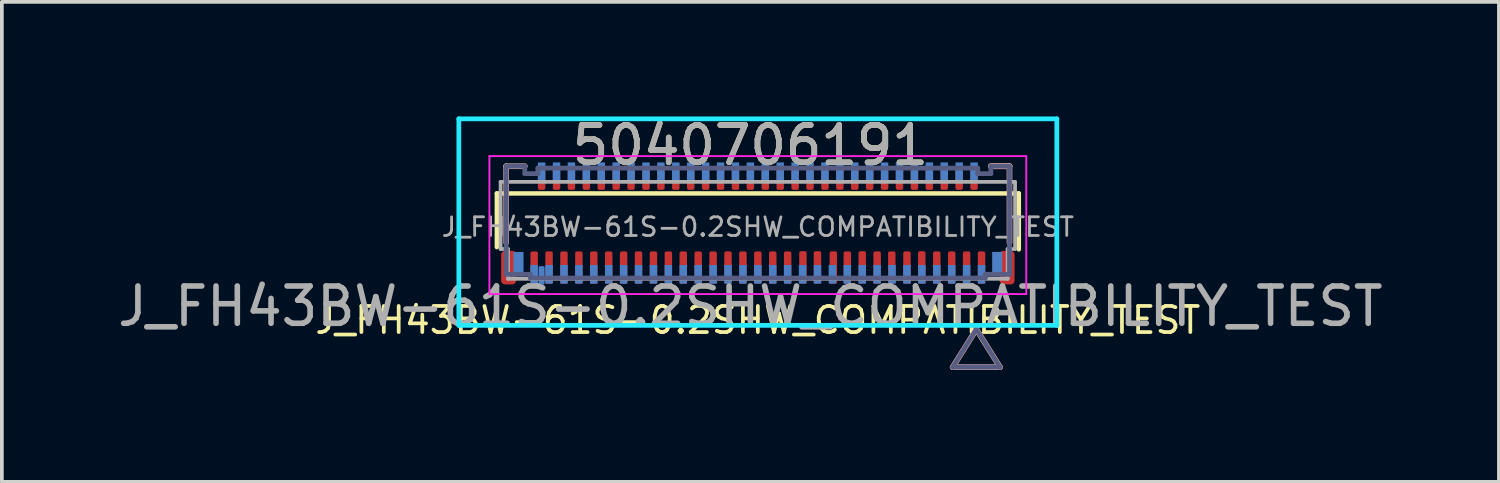
<source format=kicad_pcb>
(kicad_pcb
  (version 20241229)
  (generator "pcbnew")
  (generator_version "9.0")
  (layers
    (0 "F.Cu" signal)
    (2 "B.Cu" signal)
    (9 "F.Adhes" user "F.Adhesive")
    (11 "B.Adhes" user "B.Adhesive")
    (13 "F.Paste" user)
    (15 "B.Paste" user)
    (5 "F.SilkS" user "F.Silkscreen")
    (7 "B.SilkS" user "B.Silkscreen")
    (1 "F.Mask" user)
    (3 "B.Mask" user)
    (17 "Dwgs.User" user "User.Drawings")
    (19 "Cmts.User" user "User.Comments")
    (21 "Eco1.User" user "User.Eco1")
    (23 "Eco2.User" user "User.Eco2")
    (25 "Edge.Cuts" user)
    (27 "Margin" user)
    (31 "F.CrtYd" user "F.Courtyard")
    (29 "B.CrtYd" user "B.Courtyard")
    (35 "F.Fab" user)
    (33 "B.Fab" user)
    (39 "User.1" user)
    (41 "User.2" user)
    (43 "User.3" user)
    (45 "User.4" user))
  (footprint "J_FH43BW-61S-0.2SHW_COMPATIBILITY_TEST"
    (layer "F.Cu")
    (at 17.277 3.038)
    (property "Reference" "J_FH43BW-61S-0.2SHW_COMPATIBILITY_TEST" (at 0 2.5 0) (layer "F.SilkS") (effects (font (size 0.7 0.7) (thickness 0.1))))
    (attr smd)
    (fp_line (start -7 -0.9) (end -7 0.54) (stroke (width 0.12) (type solid)) (layer "F.SilkS"))
    (fp_line (start -7 -0.9) (end 7 -0.9) (stroke (width 0.12) (type solid)) (layer "F.SilkS"))
    (fp_line (start 7 0.6) (end 7 -0.9) (stroke (width 0.12) (type solid)) (layer "F.SilkS"))
    (fp_line (start -6.75 -1.63) (end -6.75 0.416) (stroke (width 0.152) (type solid)) (layer "B.SilkS"))
    (fp_line (start -6.25 -1.63) (end -6.75 -1.63) (stroke (width 0.152) (type solid)) (layer "B.SilkS"))
    (fp_line (start 5.226 3.76) (end 5.861 2.744) (stroke (width 0.152) (type solid)) (layer "B.SilkS"))
    (fp_line (start 5.226 3.76) (end 6.496 3.76) (stroke (width 0.152) (type solid)) (layer "B.SilkS"))
    (fp_line (start 6.496 3.76) (end 5.861 2.744) (stroke (width 0.152) (type solid)) (layer "B.SilkS"))
    (fp_line (start 6.75 -1.63) (end 6.25 -1.63) (stroke (width 0.152) (type solid)) (layer "B.SilkS"))
    (fp_line (start 6.75 -1.63) (end 6.25 -1.63) (stroke (width 0.152) (type solid)) (layer "B.SilkS"))
    (fp_line (start 6.75 0.416) (end 6.75 -1.63) (stroke (width 0.152) (type solid)) (layer "B.SilkS"))
    (fp_line (start -8.02 -2.9) (end 8.02 -2.9) (stroke (width 0.127) (type solid)) (layer "B.CrtYd"))
    (fp_line (start -8.02 2.64) (end -8.02 -2.9) (stroke (width 0.127) (type solid)) (layer "B.CrtYd"))
    (fp_line (start 8.02 -2.9) (end 8.02 2.64) (stroke (width 0.127) (type solid)) (layer "B.CrtYd"))
    (fp_line (start 8.02 2.64) (end -8.02 2.64) (stroke (width 0.127) (type solid)) (layer "B.CrtYd"))
    (fp_line (start -7.2 -1.9) (end 7.2 -1.9) (stroke (width 0.05) (type solid)) (layer "F.CrtYd"))
    (fp_line (start -7.2 1.8) (end -7.2 -1.9) (stroke (width 0.05) (type solid)) (layer "F.CrtYd"))
    (fp_line (start 7.2 1.8) (end -7.2 1.8) (stroke (width 0.05) (type solid)) (layer "F.CrtYd"))
    (fp_line (start 7.2 1.8) (end 7.2 -1.9) (stroke (width 0.05) (type solid)) (layer "F.CrtYd"))
    (fp_line (start -6.75 -1.63) (end -6.75 1.27) (stroke (width 0.127) (type solid)) (layer "B.Fab"))
    (fp_line (start -6.75 1.27) (end -6.1 1.27) (stroke (width 0.127) (type solid)) (layer "B.Fab"))
    (fp_line (start -6.25 -1.63) (end -6.75 -1.63) (stroke (width 0.127) (type solid)) (layer "B.Fab"))
    (fp_line (start -6.25 -1.43) (end -6.25 -1.63) (stroke (width 0.127) (type solid)) (layer "B.Fab"))
    (fp_line (start -6.1 1.27) (end -6.1 1.37) (stroke (width 0.127) (type solid)) (layer "B.Fab"))
    (fp_line (start -6.1 1.37) (end 6.1 1.37) (stroke (width 0.127) (type solid)) (layer "B.Fab"))
    (fp_line (start -5.9 -1.58) (end -5.9 -1.43) (stroke (width 0.127) (type solid)) (layer "B.Fab"))
    (fp_line (start -5.9 -1.43) (end -6.25 -1.43) (stroke (width 0.127) (type solid)) (layer "B.Fab"))
    (fp_line (start 5.226 3.76) (end 5.861 2.744) (stroke (width 0.127) (type solid)) (layer "B.Fab"))
    (fp_line (start 5.226 3.76) (end 6.496 3.76) (stroke (width 0.127) (type solid)) (layer "B.Fab"))
    (fp_line (start 5.9 -1.58) (end -5.9 -1.58) (stroke (width 0.127) (type solid)) (layer "B.Fab"))
    (fp_line (start 5.9 -1.43) (end 5.9 -1.58) (stroke (width 0.127) (type solid)) (layer "B.Fab"))
    (fp_line (start 6.1 1.27) (end 6.75 1.27) (stroke (width 0.127) (type solid)) (layer "B.Fab"))
    (fp_line (start 6.1 1.37) (end 6.1 1.27) (stroke (width 0.127) (type solid)) (layer "B.Fab"))
    (fp_line (start 6.25 -1.63) (end 6.25 -1.43) (stroke (width 0.127) (type solid)) (layer "B.Fab"))
    (fp_line (start 6.25 -1.43) (end 5.9 -1.43) (stroke (width 0.127) (type solid)) (layer "B.Fab"))
    (fp_line (start 6.496 3.76) (end 5.861 2.744) (stroke (width 0.127) (type solid)) (layer "B.Fab"))
    (fp_line (start 6.75 -1.63) (end 6.25 -1.63) (stroke (width 0.127) (type solid)) (layer "B.Fab"))
    (fp_line (start 6.75 1.27) (end 6.75 -1.63) (stroke (width 0.127) (type solid)) (layer "B.Fab"))
    (fp_line (start -6.9 -1.21) (end -6.9 0.59) (stroke (width 0.1) (type solid)) (layer "F.Fab"))
    (fp_line (start -6.9 -1.21) (end 6.9 -1.21) (stroke (width 0.1) (type solid)) (layer "F.Fab"))
    (fp_line (start -6.9 0.59) (end -6.7 0.59) (stroke (width 0.1) (type solid)) (layer "F.Fab"))
    (fp_line (start -6.7 1.39) (end -6.7 0.59) (stroke (width 0.1) (type solid)) (layer "F.Fab"))
    (fp_line (start -6.7 1.39) (end 6.7 1.39) (stroke (width 0.1) (type solid)) (layer "F.Fab"))
    (fp_line (start 6.7 0.59) (end 6.9 0.59) (stroke (width 0.1) (type solid)) (layer "F.Fab"))
    (fp_line (start 6.7 1.39) (end 6.7 0.59) (stroke (width 0.1) (type solid)) (layer "F.Fab"))
    (fp_line (start 6.9 0.59) (end 6.9 -1.21) (stroke (width 0.1) (type solid)) (layer "F.Fab"))
    (fp_text user "5040706191" (at -0.2 -2.19 0) (unlocked yes) (layer "F.SilkS") (effects (font (size 1 1) (thickness 0.15))))
    (fp_text user "${REFERENCE}" (at 0 0 0) (layer "F.Fab") (effects (font (size 0.5 0.5) (thickness 0.075))))
    (fp_text user "5040706191" (at -0.2 -2.19 0) (unlocked yes) (layer "F.Fab") (effects (font (size 1 1) (thickness 0.15))))
    (fp_text user "${REFERENCE}" (at -0.2 2.128 0) (unlocked yes) (layer "F.Fab") (effects (font (size 1 1) (thickness 0.15))))
    (pad "1" smd roundrect (at -6 1.09) (size 0.2 0.87) (layers "F.Cu" "F.Mask" "F.Paste") (roundrect_rratio 0.25))
    (pad "1" smd roundrect (at -5.8 -1.45) (size 0.16 0.5) (layers "B.Cu" "B.Mask" "B.Paste") (roundrect_rratio 0.25))
    (pad "1" smd roundrect (at -5.8 1.3) (size 0.16 0.5) (layers "B.Cu" "B.Mask" "B.Paste") (roundrect_rratio 0.25))
    (pad "1" smd rect (at 6 1.27) (size 0.2 0.5) (layers "B.Cu" "B.Mask" "B.Paste"))
    (pad "2" smd roundrect (at -5.8 -1.32) (size 0.2 0.65) (layers "F.Cu" "F.Mask" "F.Paste") (roundrect_rratio 0.25))
    (pad "2" smd rect (at 5.8 -1.48) (size 0.2 0.5) (layers "B.Cu" "B.Mask" "B.Paste"))
    (pad "3" smd roundrect (at -5.6 1.09) (size 0.2 0.87) (layers "F.Cu" "F.Mask" "F.Paste") (roundrect_rratio 0.25))
    (pad "3" smd rect (at 5.6 1.27) (size 0.2 0.5) (layers "B.Cu" "B.Mask" "B.Paste"))
    (pad "4" smd roundrect (at -5.4 -1.32) (size 0.2 0.65) (layers "F.Cu" "F.Mask" "F.Paste") (roundrect_rratio 0.25))
    (pad "4" smd rect (at 5.4 -1.48) (size 0.2 0.5) (layers "B.Cu" "B.Mask" "B.Paste"))
    (pad "5" smd roundrect (at -5.2 1.09) (size 0.2 0.87) (layers "F.Cu" "F.Mask" "F.Paste") (roundrect_rratio 0.25))
    (pad "5" smd rect (at 5.2 1.27) (size 0.2 0.5) (layers "B.Cu" "B.Mask" "B.Paste"))
    (pad "6" smd roundrect (at -5 -1.32) (size 0.2 0.65) (layers "F.Cu" "F.Mask" "F.Paste") (roundrect_rratio 0.25))
    (pad "6" smd rect (at 5 -1.48) (size 0.2 0.5) (layers "B.Cu" "B.Mask" "B.Paste"))
    (pad "7" smd roundrect (at -4.8 1.09) (size 0.2 0.87) (layers "F.Cu" "F.Mask" "F.Paste") (roundrect_rratio 0.25))
    (pad "7" smd rect (at 4.8 1.27) (size 0.2 0.5) (layers "B.Cu" "B.Mask" "B.Paste"))
    (pad "8" smd roundrect (at -4.6 -1.32) (size 0.2 0.65) (layers "F.Cu" "F.Mask" "F.Paste") (roundrect_rratio 0.25))
    (pad "8" smd rect (at 4.6 -1.48) (size 0.2 0.5) (layers "B.Cu" "B.Mask" "B.Paste"))
    (pad "9" smd roundrect (at -4.4 1.09) (size 0.2 0.87) (layers "F.Cu" "F.Mask" "F.Paste") (roundrect_rratio 0.25))
    (pad "9" smd rect (at 4.4 1.27) (size 0.2 0.5) (layers "B.Cu" "B.Mask" "B.Paste"))
    (pad "10" smd roundrect (at -4.2 -1.32) (size 0.2 0.65) (layers "F.Cu" "F.Mask" "F.Paste") (roundrect_rratio 0.25))
    (pad "10" smd rect (at 4.2 -1.48) (size 0.2 0.5) (layers "B.Cu" "B.Mask" "B.Paste"))
    (pad "11" smd roundrect (at -4 1.09) (size 0.2 0.87) (layers "F.Cu" "F.Mask" "F.Paste") (roundrect_rratio 0.25))
    (pad "11" smd rect (at 4 1.27) (size 0.2 0.5) (layers "B.Cu" "B.Mask" "B.Paste"))
    (pad "12" smd roundrect (at -3.8 -1.32) (size 0.2 0.65) (layers "F.Cu" "F.Mask" "F.Paste") (roundrect_rratio 0.25))
    (pad "12" smd rect (at 3.8 -1.48) (size 0.2 0.5) (layers "B.Cu" "B.Mask" "B.Paste"))
    (pad "13" smd roundrect (at -3.6 1.09) (size 0.2 0.87) (layers "F.Cu" "F.Mask" "F.Paste") (roundrect_rratio 0.25))
    (pad "13" smd rect (at 3.6 1.27) (size 0.2 0.5) (layers "B.Cu" "B.Mask" "B.Paste"))
    (pad "14" smd roundrect (at -3.4 -1.32) (size 0.2 0.65) (layers "F.Cu" "F.Mask" "F.Paste") (roundrect_rratio 0.25))
    (pad "14" smd rect (at 3.4 -1.48) (size 0.2 0.5) (layers "B.Cu" "B.Mask" "B.Paste"))
    (pad "15" smd roundrect (at -3.2 1.09) (size 0.2 0.87) (layers "F.Cu" "F.Mask" "F.Paste") (roundrect_rratio 0.25))
    (pad "15" smd rect (at 3.2 1.27) (size 0.2 0.5) (layers "B.Cu" "B.Mask" "B.Paste"))
    (pad "16" smd roundrect (at -3 -1.32) (size 0.2 0.65) (layers "F.Cu" "F.Mask" "F.Paste") (roundrect_rratio 0.25))
    (pad "16" smd rect (at 3 -1.48) (size 0.2 0.5) (layers "B.Cu" "B.Mask" "B.Paste"))
    (pad "17" smd roundrect (at -2.8 1.09) (size 0.2 0.87) (layers "F.Cu" "F.Mask" "F.Paste") (roundrect_rratio 0.25))
    (pad "17" smd rect (at 2.8 1.27) (size 0.2 0.5) (layers "B.Cu" "B.Mask" "B.Paste"))
    (pad "18" smd roundrect (at -2.6 -1.32) (size 0.2 0.65) (layers "F.Cu" "F.Mask" "F.Paste") (roundrect_rratio 0.25))
    (pad "18" smd rect (at 2.6 -1.48) (size 0.2 0.5) (layers "B.Cu" "B.Mask" "B.Paste"))
    (pad "19" smd roundrect (at -2.4 1.09) (size 0.2 0.87) (layers "F.Cu" "F.Mask" "F.Paste") (roundrect_rratio 0.25))
    (pad "19" smd rect (at 2.4 1.27) (size 0.2 0.5) (layers "B.Cu" "B.Mask" "B.Paste"))
    (pad "20" smd roundrect (at -2.2 -1.32) (size 0.2 0.65) (layers "F.Cu" "F.Mask" "F.Paste") (roundrect_rratio 0.25))
    (pad "20" smd rect (at 2.2 -1.48) (size 0.2 0.5) (layers "B.Cu" "B.Mask" "B.Paste"))
    (pad "21" smd roundrect (at -2 1.09) (size 0.2 0.87) (layers "F.Cu" "F.Mask" "F.Paste") (roundrect_rratio 0.25))
    (pad "21" smd rect (at 2 1.27) (size 0.2 0.5) (layers "B.Cu" "B.Mask" "B.Paste"))
    (pad "22" smd roundrect (at -1.8 -1.32) (size 0.2 0.65) (layers "F.Cu" "F.Mask" "F.Paste") (roundrect_rratio 0.25))
    (pad "22" smd rect (at 1.8 -1.48) (size 0.2 0.5) (layers "B.Cu" "B.Mask" "B.Paste"))
    (pad "23" smd roundrect (at -1.6 1.09) (size 0.2 0.87) (layers "F.Cu" "F.Mask" "F.Paste") (roundrect_rratio 0.25))
    (pad "23" smd rect (at 1.6 1.27) (size 0.2 0.5) (layers "B.Cu" "B.Mask" "B.Paste"))
    (pad "24" smd roundrect (at -1.4 -1.32) (size 0.2 0.65) (layers "F.Cu" "F.Mask" "F.Paste") (roundrect_rratio 0.25))
    (pad "24" smd rect (at 1.4 -1.48) (size 0.2 0.5) (layers "B.Cu" "B.Mask" "B.Paste"))
    (pad "25" smd roundrect (at -1.2 1.09) (size 0.2 0.87) (layers "F.Cu" "F.Mask" "F.Paste") (roundrect_rratio 0.25))
    (pad "25" smd rect (at 1.2 1.27) (size 0.2 0.5) (layers "B.Cu" "B.Mask" "B.Paste"))
    (pad "26" smd roundrect (at -1 -1.32) (size 0.2 0.65) (layers "F.Cu" "F.Mask" "F.Paste") (roundrect_rratio 0.25))
    (pad "26" smd rect (at 1 -1.48) (size 0.2 0.5) (layers "B.Cu" "B.Mask" "B.Paste"))
    (pad "27" smd roundrect (at -0.8 1.09) (size 0.2 0.87) (layers "F.Cu" "F.Mask" "F.Paste") (roundrect_rratio 0.25))
    (pad "27" smd rect (at 0.8 1.27) (size 0.2 0.5) (layers "B.Cu" "B.Mask" "B.Paste"))
    (pad "28" smd roundrect (at -0.6 -1.32) (size 0.2 0.65) (layers "F.Cu" "F.Mask" "F.Paste") (roundrect_rratio 0.25))
    (pad "28" smd rect (at 0.6 -1.48) (size 0.2 0.5) (layers "B.Cu" "B.Mask" "B.Paste"))
    (pad "29" smd roundrect (at -0.4 1.09) (size 0.2 0.87) (layers "F.Cu" "F.Mask" "F.Paste") (roundrect_rratio 0.25))
    (pad "29" smd rect (at 0.4 1.27) (size 0.2 0.5) (layers "B.Cu" "B.Mask" "B.Paste"))
    (pad "30" smd roundrect (at -0.2 -1.32) (size 0.2 0.65) (layers "F.Cu" "F.Mask" "F.Paste") (roundrect_rratio 0.25))
    (pad "30" smd rect (at 0.2 -1.48) (size 0.2 0.5) (layers "B.Cu" "B.Mask" "B.Paste"))
    (pad "31" smd rect (at -0.000002 1.27) (size 0.2 0.5) (layers "B.Cu" "B.Mask" "B.Paste"))
    (pad "31" smd roundrect (at 0 1.09) (size 0.2 0.87) (layers "F.Cu" "F.Mask" "F.Paste") (roundrect_rratio 0.25))
    (pad "32" smd rect (at -0.2 -1.48) (size 0.2 0.5) (layers "B.Cu" "B.Mask" "B.Paste"))
    (pad "32" smd roundrect (at 0.2 -1.32) (size 0.2 0.65) (layers "F.Cu" "F.Mask" "F.Paste") (roundrect_rratio 0.25))
    (pad "33" smd rect (at -0.4 1.27) (size 0.2 0.5) (layers "B.Cu" "B.Mask" "B.Paste"))
    (pad "33" smd roundrect (at 0.4 1.09) (size 0.2 0.87) (layers "F.Cu" "F.Mask" "F.Paste") (roundrect_rratio 0.25))
    (pad "34" smd rect (at -0.6 -1.48) (size 0.2 0.5) (layers "B.Cu" "B.Mask" "B.Paste"))
    (pad "34" smd roundrect (at 0.6 -1.32) (size 0.2 0.65) (layers "F.Cu" "F.Mask" "F.Paste") (roundrect_rratio 0.25))
    (pad "35" smd rect (at -0.8 1.27) (size 0.2 0.5) (layers "B.Cu" "B.Mask" "B.Paste"))
    (pad "35" smd roundrect (at 0.8 1.09) (size 0.2 0.87) (layers "F.Cu" "F.Mask" "F.Paste") (roundrect_rratio 0.25))
    (pad "36" smd rect (at -1 -1.48) (size 0.2 0.5) (layers "B.Cu" "B.Mask" "B.Paste"))
    (pad "36" smd roundrect (at 1 -1.32) (size 0.2 0.65) (layers "F.Cu" "F.Mask" "F.Paste") (roundrect_rratio 0.25))
    (pad "37" smd rect (at -1.2 1.27) (size 0.2 0.5) (layers "B.Cu" "B.Mask" "B.Paste"))
    (pad "37" smd roundrect (at 1.21 1.084) (size 0.2 0.87) (layers "F.Cu" "F.Mask" "F.Paste") (roundrect_rratio 0.25))
    (pad "38" smd rect (at -1.4 -1.48) (size 0.2 0.5) (layers "B.Cu" "B.Mask" "B.Paste"))
    (pad "38" smd roundrect (at 1.4 -1.32) (size 0.2 0.65) (layers "F.Cu" "F.Mask" "F.Paste") (roundrect_rratio 0.25))
    (pad "39" smd rect (at -1.6 1.27) (size 0.2 0.5) (layers "B.Cu" "B.Mask" "B.Paste"))
    (pad "39" smd roundrect (at 1.599 1.084) (size 0.2 0.87) (layers "F.Cu" "F.Mask" "F.Paste") (roundrect_rratio 0.25))
    (pad "40" smd rect (at -1.8 -1.48) (size 0.2 0.5) (layers "B.Cu" "B.Mask" "B.Paste"))
    (pad "40" smd roundrect (at 1.8 -1.32) (size 0.2 0.65) (layers "F.Cu" "F.Mask" "F.Paste") (roundrect_rratio 0.25))
    (pad "41" smd rect (at -2 1.27) (size 0.2 0.5) (layers "B.Cu" "B.Mask" "B.Paste"))
    (pad "41" smd roundrect (at 2.025 1.089) (size 0.2 0.87) (layers "F.Cu" "F.Mask" "F.Paste") (roundrect_rratio 0.25))
    (pad "42" smd rect (at -2.2 -1.48) (size 0.2 0.5) (layers "B.Cu" "B.Mask" "B.Paste"))
    (pad "42" smd roundrect (at 2.2 -1.32) (size 0.2 0.65) (layers "F.Cu" "F.Mask" "F.Paste") (roundrect_rratio 0.25))
    (pad "43" smd rect (at -2.4 1.27) (size 0.2 0.5) (layers "B.Cu" "B.Mask" "B.Paste"))
    (pad "43" smd roundrect (at 2.4 1.09) (size 0.2 0.87) (layers "F.Cu" "F.Mask" "F.Paste") (roundrect_rratio 0.25))
    (pad "44" smd rect (at -2.6 -1.48) (size 0.2 0.5) (layers "B.Cu" "B.Mask" "B.Paste"))
    (pad "44" smd roundrect (at 2.6 -1.32) (size 0.2 0.65) (layers "F.Cu" "F.Mask" "F.Paste") (roundrect_rratio 0.25))
    (pad "45" smd rect (at -2.8 1.27) (size 0.2 0.5) (layers "B.Cu" "B.Mask" "B.Paste"))
    (pad "45" smd roundrect (at 2.8 1.084) (size 0.2 0.87) (layers "F.Cu" "F.Mask" "F.Paste") (roundrect_rratio 0.25))
    (pad "46" smd rect (at -3 -1.48) (size 0.2 0.5) (layers "B.Cu" "B.Mask" "B.Paste"))
    (pad "46" smd roundrect (at 3 -1.32) (size 0.2 0.65) (layers "F.Cu" "F.Mask" "F.Paste") (roundrect_rratio 0.25))
    (pad "47" smd rect (at -3.2 1.27) (size 0.2 0.5) (layers "B.Cu" "B.Mask" "B.Paste"))
    (pad "47" smd roundrect (at 3.2 1.09) (size 0.2 0.87) (layers "F.Cu" "F.Mask" "F.Paste") (roundrect_rratio 0.25))
    (pad "48" smd rect (at -3.4 -1.48) (size 0.2 0.5) (layers "B.Cu" "B.Mask" "B.Paste"))
    (pad "48" smd roundrect (at 3.4 -1.32) (size 0.2 0.65) (layers "F.Cu" "F.Mask" "F.Paste") (roundrect_rratio 0.25))
    (pad "49" smd rect (at -3.6 1.27) (size 0.2 0.5) (layers "B.Cu" "B.Mask" "B.Paste"))
    (pad "49" smd roundrect (at 3.593 1.09) (size 0.2 0.87) (layers "F.Cu" "F.Mask" "F.Paste") (roundrect_rratio 0.25))
    (pad "50" smd rect (at -3.8 -1.48) (size 0.2 0.5) (layers "B.Cu" "B.Mask" "B.Paste"))
    (pad "50" smd roundrect (at 3.8 -1.32) (size 0.2 0.65) (layers "F.Cu" "F.Mask" "F.Paste") (roundrect_rratio 0.25))
    (pad "51" smd rect (at -4 1.27) (size 0.2 0.5) (layers "B.Cu" "B.Mask" "B.Paste"))
    (pad "51" smd roundrect (at 4 1.09) (size 0.2 0.87) (layers "F.Cu" "F.Mask" "F.Paste") (roundrect_rratio 0.25))
    (pad "52" smd rect (at -4.2 -1.48) (size 0.2 0.5) (layers "B.Cu" "B.Mask" "B.Paste"))
    (pad "52" smd roundrect (at 4.2 -1.32) (size 0.2 0.65) (layers "F.Cu" "F.Mask" "F.Paste") (roundrect_rratio 0.25))
    (pad "53" smd rect (at -4.4 1.27) (size 0.2 0.5) (layers "B.Cu" "B.Mask" "B.Paste"))
    (pad "53" smd roundrect (at 4.397 1.085) (size 0.2 0.87) (layers "F.Cu" "F.Mask" "F.Paste") (roundrect_rratio 0.25))
    (pad "54" smd rect (at -4.6 -1.48) (size 0.2 0.5) (layers "B.Cu" "B.Mask" "B.Paste"))
    (pad "54" smd roundrect (at 4.6 -1.32) (size 0.2 0.65) (layers "F.Cu" "F.Mask" "F.Paste") (roundrect_rratio 0.25))
    (pad "55" smd rect (at -4.8 1.27) (size 0.2 0.5) (layers "B.Cu" "B.Mask" "B.Paste"))
    (pad "55" smd roundrect (at 4.8 1.09) (size 0.2 0.87) (layers "F.Cu" "F.Mask" "F.Paste") (roundrect_rratio 0.25))
    (pad "56" smd rect (at -5 -1.48) (size 0.2 0.5) (layers "B.Cu" "B.Mask" "B.Paste"))
    (pad "56" smd roundrect (at 5 -1.32) (size 0.2 0.65) (layers "F.Cu" "F.Mask" "F.Paste") (roundrect_rratio 0.25))
    (pad "57" smd rect (at -5.2 1.27) (size 0.2 0.5) (layers "B.Cu" "B.Mask" "B.Paste"))
    (pad "57" smd roundrect (at 5.2 1.09) (size 0.2 0.87) (layers "F.Cu" "F.Mask" "F.Paste") (roundrect_rratio 0.25))
    (pad "58" smd rect (at -5.4 -1.48) (size 0.2 0.5) (layers "B.Cu" "B.Mask" "B.Paste"))
    (pad "58" smd roundrect (at 5.4 -1.32) (size 0.2 0.65) (layers "F.Cu" "F.Mask" "F.Paste") (roundrect_rratio 0.25))
    (pad "59" smd rect (at -5.6 1.27) (size 0.2 0.5) (layers "B.Cu" "B.Mask" "B.Paste"))
    (pad "59" smd roundrect (at 5.6 1.09) (size 0.2 0.87) (layers "F.Cu" "F.Mask" "F.Paste") (roundrect_rratio 0.25))
    (pad "60" smd rect (at -5.8 -1.48) (size 0.2 0.5) (layers "B.Cu" "B.Mask" "B.Paste"))
    (pad "60" smd roundrect (at 5.8 -1.32) (size 0.2 0.65) (layers "F.Cu" "F.Mask" "F.Paste") (roundrect_rratio 0.25))
    (pad "61" smd rect (at -6 1.27) (size 0.2 0.5) (layers "B.Cu" "B.Mask" "B.Paste"))
    (pad "61" smd roundrect (at 6 1.09) (size 0.2 0.87) (layers "F.Cu" "F.Mask" "F.Paste") (roundrect_rratio 0.25))
    (pad "62" smd roundrect (at -6.685 1.09) (size 0.4 0.9) (layers "F.Cu" "F.Mask" "F.Paste") (roundrect_rratio 0.25))
    (pad "63" smd roundrect (at 6.685 1.09) (size 0.4 0.9) (layers "F.Cu" "F.Mask" "F.Paste") (roundrect_rratio 0.25))
    (pad "P1" smd rect (at 6.42 0.995) (size 0.27 0.65) (layers "B.Cu" "B.Mask" "B.Paste"))
    (pad "P2" smd rect (at -6.42 0.995) (size 0.27 0.65) (layers "B.Cu" "B.Mask" "B.Paste")))
  (gr_rect
    (start -3 -3)
    (end 37.155 9.874)
    (stroke (width 0.1) (type default))
    (fill no)
    (layer "Edge.Cuts")))
</source>
